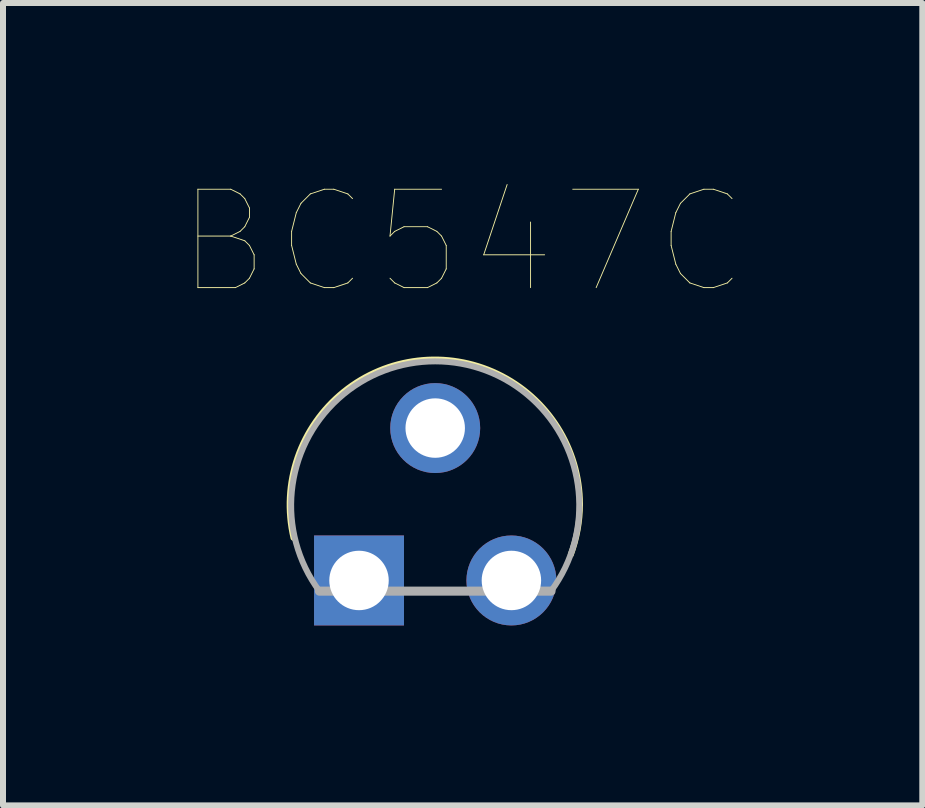
<source format=kicad_pcb>
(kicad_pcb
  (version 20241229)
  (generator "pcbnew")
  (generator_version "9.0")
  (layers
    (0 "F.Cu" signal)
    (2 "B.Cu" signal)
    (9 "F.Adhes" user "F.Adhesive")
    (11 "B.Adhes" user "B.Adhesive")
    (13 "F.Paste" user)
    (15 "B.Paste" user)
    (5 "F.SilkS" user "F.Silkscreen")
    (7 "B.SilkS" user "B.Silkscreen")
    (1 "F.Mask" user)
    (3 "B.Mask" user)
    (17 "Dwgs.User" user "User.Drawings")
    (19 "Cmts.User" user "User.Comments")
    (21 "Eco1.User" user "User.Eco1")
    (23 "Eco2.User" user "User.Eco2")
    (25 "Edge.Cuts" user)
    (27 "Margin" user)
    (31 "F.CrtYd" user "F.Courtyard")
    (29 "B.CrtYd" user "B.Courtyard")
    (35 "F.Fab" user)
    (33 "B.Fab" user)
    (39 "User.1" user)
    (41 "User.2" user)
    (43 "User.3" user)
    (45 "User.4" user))
  (footprint "BC547C"
    (layer "F.Cu")
    (at 5.474 4.085)
    (property "Reference" "BC547C" (at -0.813 -3.099 0) (layer "F.SilkS") (effects (font (size 1.64 1.64) (thickness 0.015))))
    (attr through_hole)
    (fp_arc (start -3.632201 1.828799) (mid -1.557641 -1.125681) (end 1.143 1.27) (stroke (width 0.1) (type solid)) (layer "F.SilkS"))
    (fp_arc (start 1.143 1.27) (mid 1.103466 1.695767) (end 0.9906 2.1082) (stroke (width 0.1) (type solid)) (layer "F.SilkS"))
    (fp_line (start -3.2 2.718) (end 0.66 2.718) (stroke (width 0.152) (type solid)) (layer "F.Fab"))
    (fp_arc (start -3.2004 2.7178) (mid -1.27 -1.112044) (end 0.6604 2.7178) (stroke (width 0.1) (type solid)) (layer "F.Fab"))
    (pad "1" thru_hole rect (at -2.54 2.54) (size 1.499 1.499) (drill 0.991) (layers "*.Cu" "*.Mask"))
    (pad "2" thru_hole circle (at -1.27 0) (size 1.499 1.499) (drill 0.991) (layers "*.Cu" "*.Mask"))
    (pad "3" thru_hole circle (at 0 2.54) (size 1.499 1.499) (drill 0.991) (layers "*.Cu" "*.Mask")))
  (gr_rect
    (start -3 -3)
    (end 12.323 10.374)
    (stroke (width 0.1) (type default))
    (fill no)
    (layer "Edge.Cuts")))
</source>
